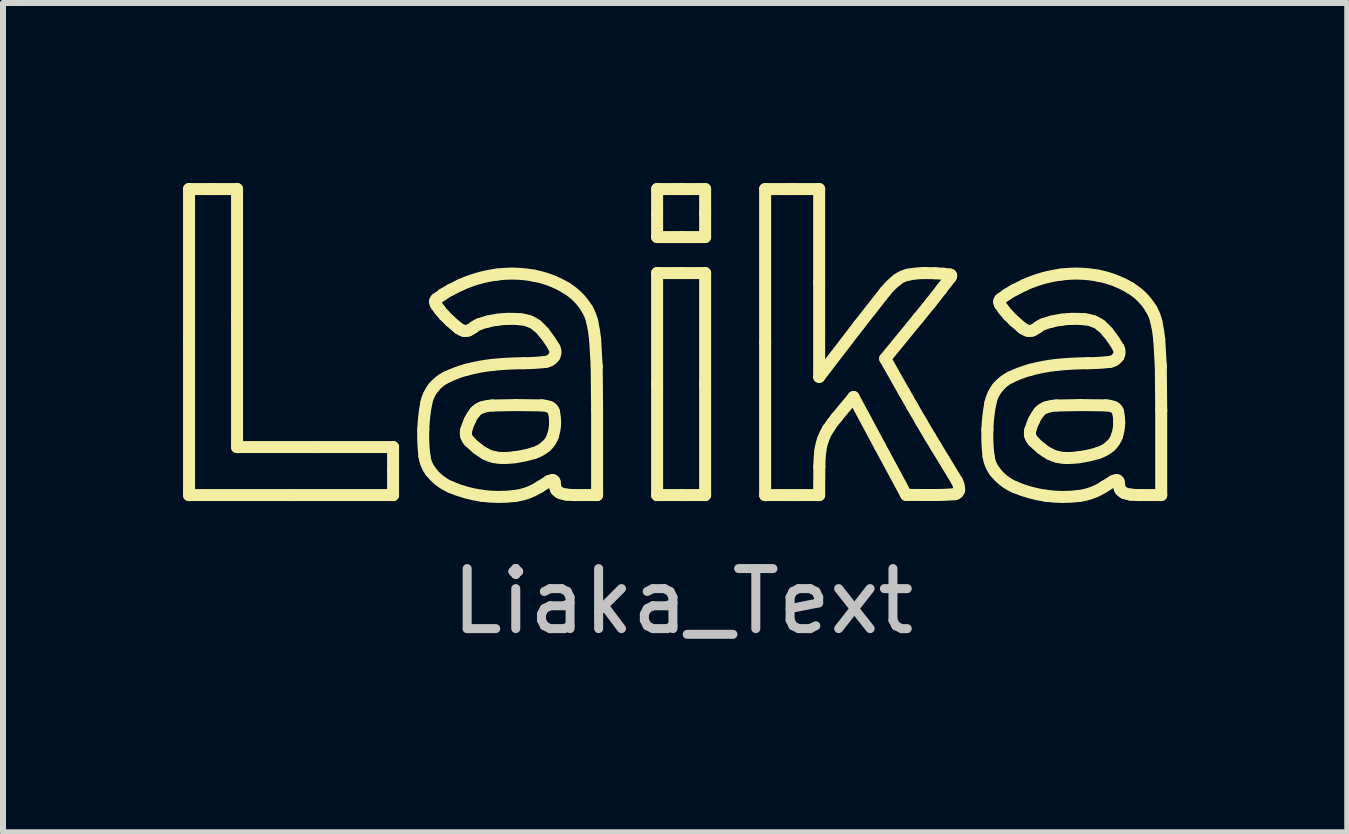
<source format=kicad_pcb>
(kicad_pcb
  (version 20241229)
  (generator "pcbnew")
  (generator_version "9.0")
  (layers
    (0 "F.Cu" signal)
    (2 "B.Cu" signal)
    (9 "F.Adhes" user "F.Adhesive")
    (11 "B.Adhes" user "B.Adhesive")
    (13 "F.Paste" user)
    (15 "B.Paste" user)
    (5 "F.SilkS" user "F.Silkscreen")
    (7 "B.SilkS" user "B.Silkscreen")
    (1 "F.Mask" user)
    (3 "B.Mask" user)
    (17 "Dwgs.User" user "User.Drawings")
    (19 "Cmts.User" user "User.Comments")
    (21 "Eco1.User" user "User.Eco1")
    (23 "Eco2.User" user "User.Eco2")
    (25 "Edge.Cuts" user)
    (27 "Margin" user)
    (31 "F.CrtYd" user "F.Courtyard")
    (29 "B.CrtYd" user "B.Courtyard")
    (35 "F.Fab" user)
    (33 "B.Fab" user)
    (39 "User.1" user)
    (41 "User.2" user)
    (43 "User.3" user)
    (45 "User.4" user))
  (footprint "Liaka_Text"
    (layer "F.Cu")
    (at 8.33 6.47)
    (property "Reference" "Liaka_Text" (at 0 0.5 180) (layer "Dwgs.User") (effects (font (size 1 1) (thickness 0.15))))
    (attr through_hole)
    (fp_line (start -8.23 -6.37) (end -8.23 -3.82) (stroke (width 0.2) (type solid)) (layer "F.SilkS"))
    (fp_line (start -8.23 -3.82) (end -8.23 -1.27) (stroke (width 0.2) (type solid)) (layer "F.SilkS"))
    (fp_line (start -8.23 -1.27) (end -6.53 -1.27) (stroke (width 0.2) (type solid)) (layer "F.SilkS"))
    (fp_line (start -7.83 -6.37) (end -8.23 -6.37) (stroke (width 0.2) (type solid)) (layer "F.SilkS"))
    (fp_line (start -7.43 -6.37) (end -7.83 -6.37) (stroke (width 0.2) (type solid)) (layer "F.SilkS"))
    (fp_line (start -7.43 -4.22) (end -7.43 -6.37) (stroke (width 0.2) (type solid)) (layer "F.SilkS"))
    (fp_line (start -7.43 -2.07) (end -7.43 -4.22) (stroke (width 0.2) (type solid)) (layer "F.SilkS"))
    (fp_line (start -6.53 -1.27) (end -4.83 -1.27) (stroke (width 0.2) (type solid)) (layer "F.SilkS"))
    (fp_line (start -6.13 -2.07) (end -7.43 -2.07) (stroke (width 0.2) (type solid)) (layer "F.SilkS"))
    (fp_line (start -4.83 -2.07) (end -6.13 -2.07) (stroke (width 0.2) (type solid)) (layer "F.SilkS"))
    (fp_line (start -4.83 -1.67) (end -4.83 -2.07) (stroke (width 0.2) (type solid)) (layer "F.SilkS"))
    (fp_line (start -4.83 -1.27) (end -4.83 -1.67) (stroke (width 0.2) (type solid)) (layer "F.SilkS"))
    (fp_line (start -4.116 -4.445) (end -4.057 -4.362) (stroke (width 0.2) (type solid)) (layer "F.SilkS"))
    (fp_line (start -4.005 -4.611) (end -4.109 -4.536) (stroke (width 0.2) (type solid)) (layer "F.SilkS"))
    (fp_line (start -3.978 -4.268) (end -3.883 -4.173) (stroke (width 0.2) (type solid)) (layer "F.SilkS"))
    (fp_line (start -3.883 -4.173) (end -3.745 -4.054) (stroke (width 0.2) (type solid)) (layer "F.SilkS"))
    (fp_line (start -3.705 -4.773) (end -3.868 -4.692) (stroke (width 0.2) (type solid)) (layer "F.SilkS"))
    (fp_line (start -3.176 -2.763) (end -2.782 -2.77) (stroke (width 0.2) (type solid)) (layer "F.SilkS"))
    (fp_line (start -2.782 -2.77) (end -2.35 -2.765) (stroke (width 0.2) (type solid)) (layer "F.SilkS"))
    (fp_line (start -2.38 -1.411) (end -2.235 -1.502) (stroke (width 0.2) (type solid)) (layer "F.SilkS"))
    (fp_line (start -1.78 -1.27) (end -1.43 -1.27) (stroke (width 0.2) (type solid)) (layer "F.SilkS"))
    (fp_line (start -1.437 -3.418) (end -1.463 -3.864) (stroke (width 0.2) (type solid)) (layer "F.SilkS"))
    (fp_line (start -1.43 -2.68) (end -1.437 -3.418) (stroke (width 0.2) (type solid)) (layer "F.SilkS"))
    (fp_line (start -1.43 -1.27) (end -1.43 -2.68) (stroke (width 0.2) (type solid)) (layer "F.SilkS"))
    (fp_line (start -0.43 -6.37) (end -0.43 -5.97) (stroke (width 0.2) (type solid)) (layer "F.SilkS"))
    (fp_line (start -0.43 -5.97) (end -0.43 -5.57) (stroke (width 0.2) (type solid)) (layer "F.SilkS"))
    (fp_line (start -0.43 -5.57) (end -0.03 -5.57) (stroke (width 0.2) (type solid)) (layer "F.SilkS"))
    (fp_line (start -0.43 -4.97) (end -0.43 -3.12) (stroke (width 0.2) (type solid)) (layer "F.SilkS"))
    (fp_line (start -0.43 -3.12) (end -0.43 -1.27) (stroke (width 0.2) (type solid)) (layer "F.SilkS"))
    (fp_line (start -0.43 -1.27) (end -0.03 -1.27) (stroke (width 0.2) (type solid)) (layer "F.SilkS"))
    (fp_line (start -0.03 -6.37) (end -0.43 -6.37) (stroke (width 0.2) (type solid)) (layer "F.SilkS"))
    (fp_line (start -0.03 -5.57) (end 0.37 -5.57) (stroke (width 0.2) (type solid)) (layer "F.SilkS"))
    (fp_line (start -0.03 -4.97) (end -0.43 -4.97) (stroke (width 0.2) (type solid)) (layer "F.SilkS"))
    (fp_line (start -0.03 -1.27) (end 0.37 -1.27) (stroke (width 0.2) (type solid)) (layer "F.SilkS"))
    (fp_line (start 0.37 -6.37) (end -0.03 -6.37) (stroke (width 0.2) (type solid)) (layer "F.SilkS"))
    (fp_line (start 0.37 -5.97) (end 0.37 -6.37) (stroke (width 0.2) (type solid)) (layer "F.SilkS"))
    (fp_line (start 0.37 -5.57) (end 0.37 -5.97) (stroke (width 0.2) (type solid)) (layer "F.SilkS"))
    (fp_line (start 0.37 -4.97) (end -0.03 -4.97) (stroke (width 0.2) (type solid)) (layer "F.SilkS"))
    (fp_line (start 0.37 -3.12) (end 0.37 -4.97) (stroke (width 0.2) (type solid)) (layer "F.SilkS"))
    (fp_line (start 0.37 -1.27) (end 0.37 -3.12) (stroke (width 0.2) (type solid)) (layer "F.SilkS"))
    (fp_line (start 1.37 -6.37) (end 1.37 -3.82) (stroke (width 0.2) (type solid)) (layer "F.SilkS"))
    (fp_line (start 1.37 -3.82) (end 1.37 -1.27) (stroke (width 0.2) (type solid)) (layer "F.SilkS"))
    (fp_line (start 1.37 -1.27) (end 1.82 -1.27) (stroke (width 0.2) (type solid)) (layer "F.SilkS"))
    (fp_line (start 1.82 -6.37) (end 1.37 -6.37) (stroke (width 0.2) (type solid)) (layer "F.SilkS"))
    (fp_line (start 1.82 -1.27) (end 2.27 -1.27) (stroke (width 0.2) (type solid)) (layer "F.SilkS"))
    (fp_line (start 2.27 -6.37) (end 1.82 -6.37) (stroke (width 0.2) (type solid)) (layer "F.SilkS"))
    (fp_line (start 2.27 -4.805) (end 2.27 -6.37) (stroke (width 0.2) (type solid)) (layer "F.SilkS"))
    (fp_line (start 2.27 -3.24) (end 2.27 -4.805) (stroke (width 0.2) (type solid)) (layer "F.SilkS"))
    (fp_line (start 2.27 -1.27) (end 2.273 -1.745) (stroke (width 0.2) (type solid)) (layer "F.SilkS"))
    (fp_line (start 2.559 -2.562) (end 2.843 -2.904) (stroke (width 0.2) (type solid)) (layer "F.SilkS"))
    (fp_line (start 2.843 -2.904) (end 3.281 -2.088) (stroke (width 0.2) (type solid)) (layer "F.SilkS"))
    (fp_line (start 2.934 -4.105) (end 2.27 -3.24) (stroke (width 0.2) (type solid)) (layer "F.SilkS"))
    (fp_line (start 3.281 -2.088) (end 3.72 -1.273) (stroke (width 0.2) (type solid)) (layer "F.SilkS"))
    (fp_line (start 3.369 -4.66) (end 2.934 -4.105) (stroke (width 0.2) (type solid)) (layer "F.SilkS"))
    (fp_line (start 3.37 -3.544) (end 3.92 -4.216) (stroke (width 0.2) (type solid)) (layer "F.SilkS"))
    (fp_line (start 3.688 -2.982) (end 3.37 -3.544) (stroke (width 0.2) (type solid)) (layer "F.SilkS"))
    (fp_line (start 3.72 -1.273) (end 4.199 -1.271) (stroke (width 0.2) (type solid)) (layer "F.SilkS"))
    (fp_line (start 3.826 -2.741) (end 3.688 -2.982) (stroke (width 0.2) (type solid)) (layer "F.SilkS"))
    (fp_line (start 3.92 -4.216) (end 4.131 -4.476) (stroke (width 0.2) (type solid)) (layer "F.SilkS"))
    (fp_line (start 3.976 -2.482) (end 3.826 -2.741) (stroke (width 0.2) (type solid)) (layer "F.SilkS"))
    (fp_line (start 4.117 -2.243) (end 3.976 -2.482) (stroke (width 0.2) (type solid)) (layer "F.SilkS"))
    (fp_line (start 4.131 -4.476) (end 4.308 -4.702) (stroke (width 0.2) (type solid)) (layer "F.SilkS"))
    (fp_line (start 4.201 -4.967) (end 4.034 -4.97) (stroke (width 0.2) (type solid)) (layer "F.SilkS"))
    (fp_line (start 4.222 -2.07) (end 4.117 -2.243) (stroke (width 0.2) (type solid)) (layer "F.SilkS"))
    (fp_line (start 4.308 -4.702) (end 4.46 -4.899) (stroke (width 0.2) (type solid)) (layer "F.SilkS"))
    (fp_line (start 4.342 -4.958) (end 4.201 -4.967) (stroke (width 0.2) (type solid)) (layer "F.SilkS"))
    (fp_line (start 4.455 -4.945) (end 4.342 -4.958) (stroke (width 0.2) (type solid)) (layer "F.SilkS"))
    (fp_line (start 4.565 -1.505) (end 4.222 -2.07) (stroke (width 0.2) (type solid)) (layer "F.SilkS"))
    (fp_line (start 5.284 -4.445) (end 5.343 -4.362) (stroke (width 0.2) (type solid)) (layer "F.SilkS"))
    (fp_line (start 5.395 -4.611) (end 5.291 -4.536) (stroke (width 0.2) (type solid)) (layer "F.SilkS"))
    (fp_line (start 5.422 -4.268) (end 5.517 -4.173) (stroke (width 0.2) (type solid)) (layer "F.SilkS"))
    (fp_line (start 5.517 -4.173) (end 5.655 -4.054) (stroke (width 0.2) (type solid)) (layer "F.SilkS"))
    (fp_line (start 5.695 -4.773) (end 5.532 -4.692) (stroke (width 0.2) (type solid)) (layer "F.SilkS"))
    (fp_line (start 6.224 -2.763) (end 6.618 -2.77) (stroke (width 0.2) (type solid)) (layer "F.SilkS"))
    (fp_line (start 6.618 -2.77) (end 7.05 -2.765) (stroke (width 0.2) (type solid)) (layer "F.SilkS"))
    (fp_line (start 7.02 -1.411) (end 7.165 -1.502) (stroke (width 0.2) (type solid)) (layer "F.SilkS"))
    (fp_line (start 7.62 -1.27) (end 7.97 -1.27) (stroke (width 0.2) (type solid)) (layer "F.SilkS"))
    (fp_line (start 7.963 -3.418) (end 7.937 -3.864) (stroke (width 0.2) (type solid)) (layer "F.SilkS"))
    (fp_line (start 7.97 -2.68) (end 7.963 -3.418) (stroke (width 0.2) (type solid)) (layer "F.SilkS"))
    (fp_line (start 7.97 -1.27) (end 7.97 -2.68) (stroke (width 0.2) (type solid)) (layer "F.SilkS"))
    (fp_arc (start -4.326678 -2.35969) (mid -4.31078 -2.580215) (end -4.277924 -2.798858) (stroke (width 0.2) (type solid)) (layer "F.SilkS"))
    (fp_arc (start -4.307687 -1.920855) (mid -4.325592 -2.139909) (end -4.326678 -2.35969) (stroke (width 0.2) (type solid)) (layer "F.SilkS"))
    (fp_arc (start -4.277923 -2.798857) (mid -4.23288 -2.938972) (end -4.155 -3.063856) (stroke (width 0.2) (type solid)) (layer "F.SilkS"))
    (fp_arc (start -4.20182 -1.661333) (mid -4.27221 -1.783972) (end -4.307687 -1.920854) (stroke (width 0.2) (type solid)) (layer "F.SilkS"))
    (fp_arc (start -4.155 -3.063856) (mid -4.058403 -3.159674) (end -3.943431 -3.232431) (stroke (width 0.2) (type solid)) (layer "F.SilkS"))
    (fp_arc (start -4.13 -4.49232) (mid -4.124355 -4.516804) (end -4.108559 -4.536345) (stroke (width 0.2) (type solid)) (layer "F.SilkS"))
    (fp_arc (start -4.116062 -4.445144) (mid -4.126443 -4.467724) (end -4.13 -4.49232) (stroke (width 0.2) (type solid)) (layer "F.SilkS"))
    (fp_arc (start -4.005156 -4.610756) (mid -3.937444 -4.653193) (end -3.867827 -4.692427) (stroke (width 0.2) (type solid)) (layer "F.SilkS"))
    (fp_arc (start -3.977538 -4.268032) (mid -4.01853 -4.314313) (end -4.057424 -4.362371) (stroke (width 0.2) (type solid)) (layer "F.SilkS"))
    (fp_arc (start -3.943432 -3.232431) (mid -3.778343 -3.303687) (end -3.607165 -3.358731) (stroke (width 0.2) (type solid)) (layer "F.SilkS"))
    (fp_arc (start -3.865856 -1.401333) (mid -4.050662 -1.509594) (end -4.20182 -1.661334) (stroke (width 0.2) (type solid)) (layer "F.SilkS"))
    (fp_arc (start -3.705 -4.772692) (mid -3.407804 -4.881618) (end -3.097693 -4.945032) (stroke (width 0.2) (type solid)) (layer "F.SilkS"))
    (fp_arc (start -3.653435 -4.008282) (mid -3.701681 -4.026371) (end -3.745185 -4.053982) (stroke (width 0.2) (type solid)) (layer "F.SilkS"))
    (fp_arc (start -3.612049 -2.257097) (mid -3.618351 -2.306311) (end -3.61089 -2.355362) (stroke (width 0.2) (type solid)) (layer "F.SilkS"))
    (fp_arc (start -3.61089 -2.355362) (mid -3.584846 -2.432792) (end -3.553548 -2.508252) (stroke (width 0.2) (type solid)) (layer "F.SilkS"))
    (fp_arc (start -3.607164 -3.35873) (mid -3.39125 -3.407748) (end -3.172128 -3.439485) (stroke (width 0.2) (type solid)) (layer "F.SilkS"))
    (fp_arc (start -3.572891 -4.013684) (mid -3.612723 -4.004437) (end -3.653434 -4.008282) (stroke (width 0.2) (type solid)) (layer "F.SilkS"))
    (fp_arc (start -3.560981 -2.168615) (mid -3.59223 -2.209558) (end -3.612049 -2.257097) (stroke (width 0.2) (type solid)) (layer "F.SilkS"))
    (fp_arc (start -3.553548 -2.508253) (mid -3.51255 -2.584726) (end -3.462043 -2.65528) (stroke (width 0.2) (type solid)) (layer "F.SilkS"))
    (fp_arc (start -3.482218 -4.068159) (mid -3.525485 -4.037476) (end -3.572892 -4.013684) (stroke (width 0.2) (type solid)) (layer "F.SilkS"))
    (fp_arc (start -3.482218 -4.068159) (mid -3.441018 -4.096796) (end -3.395553 -4.118021) (stroke (width 0.2) (type solid)) (layer "F.SilkS"))
    (fp_arc (start -3.462044 -2.65528) (mid -3.413121 -2.700444) (end -3.353656 -2.730394) (stroke (width 0.2) (type solid)) (layer "F.SilkS"))
    (fp_arc (start -3.42795 -2.048231) (mid -3.496117 -2.106597) (end -3.56098 -2.168614) (stroke (width 0.2) (type solid)) (layer "F.SilkS"))
    (fp_arc (start -3.395553 -4.118021) (mid -3.325116 -4.14166) (end -3.25348 -4.161369) (stroke (width 0.2) (type solid)) (layer "F.SilkS"))
    (fp_arc (start -3.353656 -2.730394) (mid -3.266247 -2.753116) (end -3.176466 -2.762916) (stroke (width 0.2) (type solid)) (layer "F.SilkS"))
    (fp_arc (start -3.348413 -1.25871) (mid -3.611858 -1.312886) (end -3.865856 -1.401333) (stroke (width 0.2) (type solid)) (layer "F.SilkS"))
    (fp_arc (start -3.290643 -1.956824) (mid -3.36143 -1.999322) (end -3.42795 -2.048231) (stroke (width 0.2) (type solid)) (layer "F.SilkS"))
    (fp_arc (start -3.25348 -4.161369) (mid -3.170786 -4.179354) (end -3.087251 -4.192907) (stroke (width 0.2) (type solid)) (layer "F.SilkS"))
    (fp_arc (start -3.172128 -3.439486) (mid -2.913914 -3.459989) (end -2.655 -3.467614) (stroke (width 0.2) (type solid)) (layer "F.SilkS"))
    (fp_arc (start -3.153306 -1.904717) (mid -3.223688 -1.926254) (end -3.290643 -1.956825) (stroke (width 0.2) (type solid)) (layer "F.SilkS"))
    (fp_arc (start -3.097693 -4.945032) (mid -2.787381 -4.959883) (end -2.478603 -4.925672) (stroke (width 0.2) (type solid)) (layer "F.SilkS"))
    (fp_arc (start -3.08725 -4.192907) (mid -3.003453 -4.201923) (end -2.919292 -4.206405) (stroke (width 0.2) (type solid)) (layer "F.SilkS"))
    (fp_arc (start -2.997445 -1.887225) (mid -3.075899 -1.891309) (end -3.153306 -1.904717) (stroke (width 0.2) (type solid)) (layer "F.SilkS"))
    (fp_arc (start -2.919293 -4.206406) (mid -2.813684 -4.206194) (end -2.708255 -4.200027) (stroke (width 0.2) (type solid)) (layer "F.SilkS"))
    (fp_arc (start -2.802625 -1.900989) (mid -2.899819 -1.891047) (end -2.997445 -1.887225) (stroke (width 0.2) (type solid)) (layer "F.SilkS"))
    (fp_arc (start -2.802489 -1.255435) (mid -3.075558 -1.239211) (end -3.348413 -1.25871) (stroke (width 0.2) (type solid)) (layer "F.SilkS"))
    (fp_arc (start -2.708254 -4.200027) (mid -2.630973 -4.188) (end -2.556024 -4.165647) (stroke (width 0.2) (type solid)) (layer "F.SilkS"))
    (fp_arc (start -2.556025 -4.165647) (mid -2.492312 -4.135844) (end -2.434159 -4.096275) (stroke (width 0.2) (type solid)) (layer "F.SilkS"))
    (fp_arc (start -2.486148 -1.969868) (mid -2.642991 -1.929019) (end -2.802625 -1.900989) (stroke (width 0.2) (type solid)) (layer "F.SilkS"))
    (fp_arc (start -2.478603 -4.925672) (mid -2.204585 -4.847821) (end -1.948278 -4.723509) (stroke (width 0.2) (type solid)) (layer "F.SilkS"))
    (fp_arc (start -2.434158 -4.096275) (mid -2.374054 -4.04242) (end -2.320006 -3.98249) (stroke (width 0.2) (type solid)) (layer "F.SilkS"))
    (fp_arc (start -2.380057 -1.410767) (mid -2.582393 -1.308952) (end -2.802488 -1.255435) (stroke (width 0.2) (type solid)) (layer "F.SilkS"))
    (fp_arc (start -2.350489 -2.76494) (mid -2.279551 -2.75628) (end -2.211658 -2.733968) (stroke (width 0.2) (type solid)) (layer "F.SilkS"))
    (fp_arc (start -2.320006 -3.98249) (mid -2.226158 -3.856513) (end -2.14278 -3.723374) (stroke (width 0.2) (type solid)) (layer "F.SilkS"))
    (fp_arc (start -2.287043 -3.489636) (mid -2.470717 -3.473543) (end -2.655 -3.467614) (stroke (width 0.2) (type solid)) (layer "F.SilkS"))
    (fp_arc (start -2.282579 -2.082129) (mid -2.378485 -2.015339) (end -2.486148 -1.969868) (stroke (width 0.2) (type solid)) (layer "F.SilkS"))
    (fp_arc (start -2.235127 -1.501577) (mid -2.205195 -1.514804) (end -2.17294 -1.520322) (stroke (width 0.2) (type solid)) (layer "F.SilkS"))
    (fp_arc (start -2.211657 -2.733969) (mid -2.170921 -2.702935) (end -2.148698 -2.656798) (stroke (width 0.2) (type solid)) (layer "F.SilkS"))
    (fp_arc (start -2.172941 -1.520321) (mid -2.152747 -1.514344) (end -2.140594 -1.497145) (stroke (width 0.2) (type solid)) (layer "F.SilkS"))
    (fp_arc (start -2.169299 -2.249115) (mid -2.214935 -2.158157) (end -2.282579 -2.082129) (stroke (width 0.2) (type solid)) (layer "F.SilkS"))
    (fp_arc (start -2.148698 -2.656798) (mid -2.134688 -2.57002) (end -2.13 -2.482244) (stroke (width 0.2) (type solid)) (layer "F.SilkS"))
    (fp_arc (start -2.147024 -3.576351) (mid -2.20735 -3.517357) (end -2.287044 -3.489636) (stroke (width 0.2) (type solid)) (layer "F.SilkS"))
    (fp_arc (start -2.142779 -3.723374) (mid -2.124241 -3.649266) (end -2.147023 -3.576351) (stroke (width 0.2) (type solid)) (layer "F.SilkS"))
    (fp_arc (start -2.140593 -1.497145) (mid -2.132661 -1.460098) (end -2.13 -1.422305) (stroke (width 0.2) (type solid)) (layer "F.SilkS"))
    (fp_arc (start -2.130001 -2.482244) (mid -2.139894 -2.364035) (end -2.169299 -2.249115) (stroke (width 0.2) (type solid)) (layer "F.SilkS"))
    (fp_arc (start -2.10761 -1.353888) (mid -2.12426 -1.386311) (end -2.13 -1.422305) (stroke (width 0.2) (type solid)) (layer "F.SilkS"))
    (fp_arc (start -2.04755 -1.305879) (mid -2.080766 -1.325898) (end -2.10761 -1.353888) (stroke (width 0.2) (type solid)) (layer "F.SilkS"))
    (fp_arc (start -1.948278 -4.723509) (mid -1.74928 -4.567935) (end -1.594785 -4.368099) (stroke (width 0.2) (type solid)) (layer "F.SilkS"))
    (fp_arc (start -1.941675 -1.278187) (mid -1.995685 -1.287931) (end -2.04755 -1.305878) (stroke (width 0.2) (type solid)) (layer "F.SilkS"))
    (fp_arc (start -1.780001 -1.27) (mid -1.860942 -1.272048) (end -1.941676 -1.278187) (stroke (width 0.2) (type solid)) (layer "F.SilkS"))
    (fp_arc (start -1.594786 -4.3681) (mid -1.545193 -4.267286) (end -1.51152 -4.160099) (stroke (width 0.2) (type solid)) (layer "F.SilkS"))
    (fp_arc (start -1.51152 -4.160099) (mid -1.48235 -4.012652) (end -1.462871 -3.863614) (stroke (width 0.2) (type solid)) (layer "F.SilkS"))
    (fp_arc (start 2.27269 -1.744999) (mid 2.276925 -1.871382) (end 2.288187 -1.997334) (stroke (width 0.2) (type solid)) (layer "F.SilkS"))
    (fp_arc (start 2.288187 -1.997334) (mid 2.305365 -2.096204) (end 2.333296 -2.192589) (stroke (width 0.2) (type solid)) (layer "F.SilkS"))
    (fp_arc (start 2.333296 -2.19259) (mid 2.370978 -2.283231) (end 2.418711 -2.369006) (stroke (width 0.2) (type solid)) (layer "F.SilkS"))
    (fp_arc (start 2.418711 -2.369006) (mid 2.485784 -2.467759) (end 2.559017 -2.562035) (stroke (width 0.2) (type solid)) (layer "F.SilkS"))
    (fp_arc (start 3.369372 -4.659733) (mid 3.4634 -4.764212) (end 3.568747 -4.857267) (stroke (width 0.2) (type solid)) (layer "F.SilkS"))
    (fp_arc (start 3.568746 -4.857268) (mid 3.656906 -4.911106) (end 3.755213 -4.94283) (stroke (width 0.2) (type solid)) (layer "F.SilkS"))
    (fp_arc (start 3.755213 -4.94283) (mid 3.894081 -4.963192) (end 4.034268 -4.97) (stroke (width 0.2) (type solid)) (layer "F.SilkS"))
    (fp_arc (start 4.455385 -4.944921) (mid 4.465828 -4.939351) (end 4.47 -4.928275) (stroke (width 0.2) (type solid)) (layer "F.SilkS"))
    (fp_arc (start 4.47 -4.928274) (mid 4.4675 -4.913079) (end 4.460264 -4.899485) (stroke (width 0.2) (type solid)) (layer "F.SilkS"))
    (fp_arc (start 4.532349 -1.285635) (mid 4.365596 -1.274718) (end 4.198518 -1.271403) (stroke (width 0.2) (type solid)) (layer "F.SilkS"))
    (fp_arc (start 4.56485 -1.505418) (mid 4.594076 -1.435423) (end 4.602546 -1.360045) (stroke (width 0.2) (type solid)) (layer "F.SilkS"))
    (fp_arc (start 4.602546 -1.360045) (mid 4.581587 -1.309501) (end 4.532349 -1.285636) (stroke (width 0.2) (type solid)) (layer "F.SilkS"))
    (fp_arc (start 5.073322 -2.35969) (mid 5.08922 -2.580215) (end 5.122076 -2.798858) (stroke (width 0.2) (type solid)) (layer "F.SilkS"))
    (fp_arc (start 5.092313 -1.920855) (mid 5.074408 -2.139909) (end 5.073322 -2.35969) (stroke (width 0.2) (type solid)) (layer "F.SilkS"))
    (fp_arc (start 5.122077 -2.798857) (mid 5.16712 -2.938972) (end 5.245 -3.063856) (stroke (width 0.2) (type solid)) (layer "F.SilkS"))
    (fp_arc (start 5.19818 -1.661333) (mid 5.12779 -1.783972) (end 5.092313 -1.920854) (stroke (width 0.2) (type solid)) (layer "F.SilkS"))
    (fp_arc (start 5.245 -3.063856) (mid 5.341597 -3.159674) (end 5.456569 -3.232431) (stroke (width 0.2) (type solid)) (layer "F.SilkS"))
    (fp_arc (start 5.27 -4.49232) (mid 5.275645 -4.516804) (end 5.291441 -4.536345) (stroke (width 0.2) (type solid)) (layer "F.SilkS"))
    (fp_arc (start 5.283938 -4.445144) (mid 5.273557 -4.467724) (end 5.27 -4.49232) (stroke (width 0.2) (type solid)) (layer "F.SilkS"))
    (fp_arc (start 5.394844 -4.610756) (mid 5.462556 -4.653193) (end 5.532173 -4.692427) (stroke (width 0.2) (type solid)) (layer "F.SilkS"))
    (fp_arc (start 5.422462 -4.268032) (mid 5.38147 -4.314313) (end 5.342576 -4.362371) (stroke (width 0.2) (type solid)) (layer "F.SilkS"))
    (fp_arc (start 5.456569 -3.232431) (mid 5.621658 -3.303687) (end 5.792836 -3.358731) (stroke (width 0.2) (type solid)) (layer "F.SilkS"))
    (fp_arc (start 5.534144 -1.401333) (mid 5.349338 -1.509594) (end 5.19818 -1.661334) (stroke (width 0.2) (type solid)) (layer "F.SilkS"))
    (fp_arc (start 5.695 -4.772692) (mid 5.992196 -4.881618) (end 6.302307 -4.945032) (stroke (width 0.2) (type solid)) (layer "F.SilkS"))
    (fp_arc (start 5.746565 -4.008282) (mid 5.698319 -4.026371) (end 5.654815 -4.053982) (stroke (width 0.2) (type solid)) (layer "F.SilkS"))
    (fp_arc (start 5.787951 -2.257097) (mid 5.781649 -2.306311) (end 5.78911 -2.355362) (stroke (width 0.2) (type solid)) (layer "F.SilkS"))
    (fp_arc (start 5.78911 -2.355362) (mid 5.815154 -2.432792) (end 5.846452 -2.508252) (stroke (width 0.2) (type solid)) (layer "F.SilkS"))
    (fp_arc (start 5.792836 -3.35873) (mid 6.00875 -3.407748) (end 6.227872 -3.439485) (stroke (width 0.2) (type solid)) (layer "F.SilkS"))
    (fp_arc (start 5.827109 -4.013684) (mid 5.787277 -4.004437) (end 5.746566 -4.008282) (stroke (width 0.2) (type solid)) (layer "F.SilkS"))
    (fp_arc (start 5.839019 -2.168615) (mid 5.80777 -2.209558) (end 5.787951 -2.257097) (stroke (width 0.2) (type solid)) (layer "F.SilkS"))
    (fp_arc (start 5.846452 -2.508253) (mid 5.88745 -2.584726) (end 5.937957 -2.65528) (stroke (width 0.2) (type solid)) (layer "F.SilkS"))
    (fp_arc (start 5.917782 -4.068159) (mid 5.874515 -4.037476) (end 5.827108 -4.013684) (stroke (width 0.2) (type solid)) (layer "F.SilkS"))
    (fp_arc (start 5.917782 -4.068159) (mid 5.958982 -4.096796) (end 6.004447 -4.118021) (stroke (width 0.2) (type solid)) (layer "F.SilkS"))
    (fp_arc (start 5.937956 -2.65528) (mid 5.986879 -2.700444) (end 6.046344 -2.730394) (stroke (width 0.2) (type solid)) (layer "F.SilkS"))
    (fp_arc (start 5.97205 -2.048231) (mid 5.903883 -2.106597) (end 5.83902 -2.168614) (stroke (width 0.2) (type solid)) (layer "F.SilkS"))
    (fp_arc (start 6.004447 -4.118021) (mid 6.074884 -4.14166) (end 6.14652 -4.161369) (stroke (width 0.2) (type solid)) (layer "F.SilkS"))
    (fp_arc (start 6.046344 -2.730394) (mid 6.133753 -2.753116) (end 6.223534 -2.762916) (stroke (width 0.2) (type solid)) (layer "F.SilkS"))
    (fp_arc (start 6.051587 -1.25871) (mid 5.788142 -1.312886) (end 5.534144 -1.401333) (stroke (width 0.2) (type solid)) (layer "F.SilkS"))
    (fp_arc (start 6.109357 -1.956824) (mid 6.03857 -1.999322) (end 5.97205 -2.048231) (stroke (width 0.2) (type solid)) (layer "F.SilkS"))
    (fp_arc (start 6.14652 -4.161369) (mid 6.229214 -4.179354) (end 6.312749 -4.192907) (stroke (width 0.2) (type solid)) (layer "F.SilkS"))
    (fp_arc (start 6.227872 -3.439486) (mid 6.486086 -3.459989) (end 6.745 -3.467614) (stroke (width 0.2) (type solid)) (layer "F.SilkS"))
    (fp_arc (start 6.246694 -1.904717) (mid 6.176312 -1.926254) (end 6.109357 -1.956825) (stroke (width 0.2) (type solid)) (layer "F.SilkS"))
    (fp_arc (start 6.302307 -4.945032) (mid 6.612619 -4.959883) (end 6.921397 -4.925672) (stroke (width 0.2) (type solid)) (layer "F.SilkS"))
    (fp_arc (start 6.31275 -4.192907) (mid 6.396547 -4.201923) (end 6.480708 -4.206405) (stroke (width 0.2) (type solid)) (layer "F.SilkS"))
    (fp_arc (start 6.402555 -1.887225) (mid 6.324101 -1.891309) (end 6.246694 -1.904717) (stroke (width 0.2) (type solid)) (layer "F.SilkS"))
    (fp_arc (start 6.480707 -4.206406) (mid 6.586316 -4.206194) (end 6.691745 -4.200027) (stroke (width 0.2) (type solid)) (layer "F.SilkS"))
    (fp_arc (start 6.597375 -1.900989) (mid 6.500181 -1.891047) (end 6.402555 -1.887225) (stroke (width 0.2) (type solid)) (layer "F.SilkS"))
    (fp_arc (start 6.597511 -1.255435) (mid 6.324442 -1.239211) (end 6.051587 -1.25871) (stroke (width 0.2) (type solid)) (layer "F.SilkS"))
    (fp_arc (start 6.691746 -4.200027) (mid 6.769027 -4.188) (end 6.843976 -4.165647) (stroke (width 0.2) (type solid)) (layer "F.SilkS"))
    (fp_arc (start 6.843975 -4.165647) (mid 6.907688 -4.135844) (end 6.965841 -4.096275) (stroke (width 0.2) (type solid)) (layer "F.SilkS"))
    (fp_arc (start 6.913852 -1.969868) (mid 6.757009 -1.929019) (end 6.597375 -1.900989) (stroke (width 0.2) (type solid)) (layer "F.SilkS"))
    (fp_arc (start 6.921397 -4.925672) (mid 7.195415 -4.847821) (end 7.451722 -4.723509) (stroke (width 0.2) (type solid)) (layer "F.SilkS"))
    (fp_arc (start 6.965842 -4.096275) (mid 7.025946 -4.04242) (end 7.079994 -3.98249) (stroke (width 0.2) (type solid)) (layer "F.SilkS"))
    (fp_arc (start 7.019943 -1.410767) (mid 6.817607 -1.308952) (end 6.597512 -1.255435) (stroke (width 0.2) (type solid)) (layer "F.SilkS"))
    (fp_arc (start 7.049511 -2.76494) (mid 7.120449 -2.75628) (end 7.188342 -2.733968) (stroke (width 0.2) (type solid)) (layer "F.SilkS"))
    (fp_arc (start 7.079994 -3.98249) (mid 7.173842 -3.856513) (end 7.25722 -3.723374) (stroke (width 0.2) (type solid)) (layer "F.SilkS"))
    (fp_arc (start 7.112957 -3.489636) (mid 6.929283 -3.473543) (end 6.745 -3.467614) (stroke (width 0.2) (type solid)) (layer "F.SilkS"))
    (fp_arc (start 7.117421 -2.082129) (mid 7.021515 -2.015339) (end 6.913852 -1.969868) (stroke (width 0.2) (type solid)) (layer "F.SilkS"))
    (fp_arc (start 7.164873 -1.501577) (mid 7.194805 -1.514804) (end 7.22706 -1.520322) (stroke (width 0.2) (type solid)) (layer "F.SilkS"))
    (fp_arc (start 7.188343 -2.733969) (mid 7.229079 -2.702935) (end 7.251302 -2.656798) (stroke (width 0.2) (type solid)) (layer "F.SilkS"))
    (fp_arc (start 7.227059 -1.520321) (mid 7.247253 -1.514344) (end 7.259406 -1.497145) (stroke (width 0.2) (type solid)) (layer "F.SilkS"))
    (fp_arc (start 7.230701 -2.249115) (mid 7.185065 -2.158157) (end 7.117421 -2.082129) (stroke (width 0.2) (type solid)) (layer "F.SilkS"))
    (fp_arc (start 7.251302 -2.656798) (mid 7.265312 -2.57002) (end 7.27 -2.482244) (stroke (width 0.2) (type solid)) (layer "F.SilkS"))
    (fp_arc (start 7.252976 -3.576351) (mid 7.19265 -3.517357) (end 7.112956 -3.489636) (stroke (width 0.2) (type solid)) (layer "F.SilkS"))
    (fp_arc (start 7.257221 -3.723374) (mid 7.275759 -3.649266) (end 7.252977 -3.576351) (stroke (width 0.2) (type solid)) (layer "F.SilkS"))
    (fp_arc (start 7.259407 -1.497145) (mid 7.267339 -1.460098) (end 7.27 -1.422305) (stroke (width 0.2) (type solid)) (layer "F.SilkS"))
    (fp_arc (start 7.269999 -2.482244) (mid 7.260106 -2.364035) (end 7.230701 -2.249115) (stroke (width 0.2) (type solid)) (layer "F.SilkS"))
    (fp_arc (start 7.29239 -1.353888) (mid 7.27574 -1.386311) (end 7.27 -1.422305) (stroke (width 0.2) (type solid)) (layer "F.SilkS"))
    (fp_arc (start 7.35245 -1.305879) (mid 7.319234 -1.325898) (end 7.29239 -1.353888) (stroke (width 0.2) (type solid)) (layer "F.SilkS"))
    (fp_arc (start 7.451722 -4.723509) (mid 7.65072 -4.567935) (end 7.805215 -4.368099) (stroke (width 0.2) (type solid)) (layer "F.SilkS"))
    (fp_arc (start 7.458325 -1.278187) (mid 7.404315 -1.287931) (end 7.35245 -1.305878) (stroke (width 0.2) (type solid)) (layer "F.SilkS"))
    (fp_arc (start 7.619999 -1.27) (mid 7.539058 -1.272048) (end 7.458324 -1.278187) (stroke (width 0.2) (type solid)) (layer "F.SilkS"))
    (fp_arc (start 7.805214 -4.3681) (mid 7.854807 -4.267286) (end 7.88848 -4.160099) (stroke (width 0.2) (type solid)) (layer "F.SilkS"))
    (fp_arc (start 7.88848 -4.160099) (mid 7.91765 -4.012652) (end 7.937129 -3.863614) (stroke (width 0.2) (type solid)) (layer "F.SilkS")))
  (gr_rect
    (start -3 -3)
    (end 19.4 10.818)
    (stroke (width 0.1) (type default))
    (fill no)
    (layer "Edge.Cuts")))
</source>
